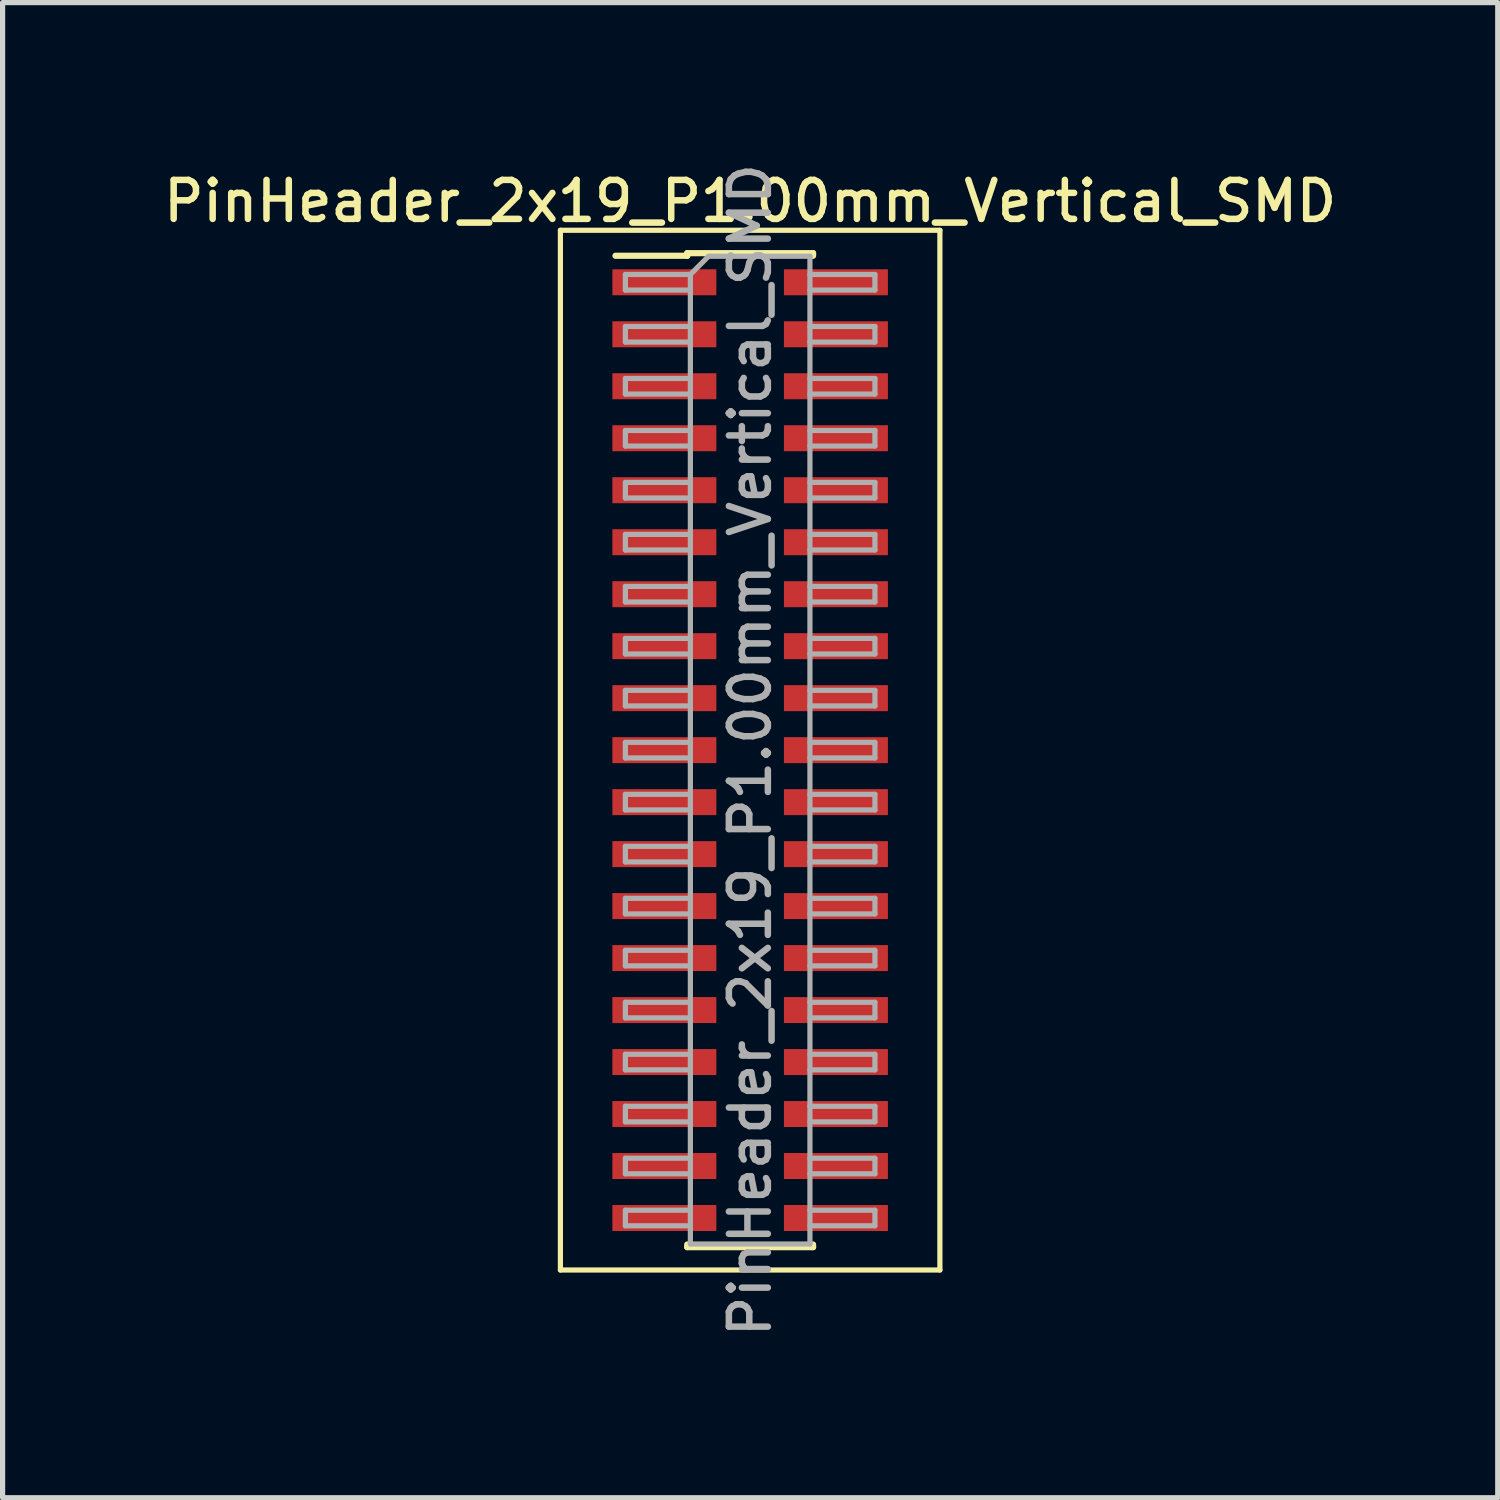
<source format=kicad_pcb>
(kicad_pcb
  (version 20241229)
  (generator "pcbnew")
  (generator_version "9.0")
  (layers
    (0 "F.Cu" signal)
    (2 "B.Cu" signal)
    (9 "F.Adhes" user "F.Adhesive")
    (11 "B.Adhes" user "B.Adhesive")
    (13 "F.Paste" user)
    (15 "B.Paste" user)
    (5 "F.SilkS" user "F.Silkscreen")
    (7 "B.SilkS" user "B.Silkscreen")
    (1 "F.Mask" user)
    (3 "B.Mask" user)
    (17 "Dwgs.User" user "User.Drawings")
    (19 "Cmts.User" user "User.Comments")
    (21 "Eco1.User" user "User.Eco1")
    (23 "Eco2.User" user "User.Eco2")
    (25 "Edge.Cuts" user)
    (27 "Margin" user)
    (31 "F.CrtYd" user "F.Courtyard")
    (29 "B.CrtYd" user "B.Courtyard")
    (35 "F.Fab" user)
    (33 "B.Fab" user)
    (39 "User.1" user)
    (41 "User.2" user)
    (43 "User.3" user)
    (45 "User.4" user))
  (footprint "PinHeader_2x19_P1.00mm_Vertical_SMD"
    (layer "F.Cu")
    (at 11.38 11.38)
    (property "Reference" "PinHeader_2x19_P1.00mm_Vertical_SMD" (at 0 -10.56 0) (layer "F.SilkS") (effects (font (size 0.75 0.75) (thickness 0.125))))
    (attr smd)
    (fp_line (start -3.65 -10) (end -3.65 10) (stroke (width 0.1) (type solid)) (layer "F.SilkS"))
    (fp_line (start -3.65 10) (end 3.65 10) (stroke (width 0.1) (type solid)) (layer "F.SilkS"))
    (fp_line (start -2.59 -9.51) (end -1.21 -9.51) (stroke (width 0.12) (type solid)) (layer "F.SilkS"))
    (fp_line (start -1.21 -9.56) (end -1.21 -9.51) (stroke (width 0.12) (type solid)) (layer "F.SilkS"))
    (fp_line (start -1.21 -9.56) (end 1.21 -9.56) (stroke (width 0.12) (type solid)) (layer "F.SilkS"))
    (fp_line (start -1.21 9.51) (end -1.21 9.56) (stroke (width 0.12) (type solid)) (layer "F.SilkS"))
    (fp_line (start -1.21 9.56) (end 1.21 9.56) (stroke (width 0.12) (type solid)) (layer "F.SilkS"))
    (fp_line (start 1.21 -9.56) (end 1.21 -9.51) (stroke (width 0.12) (type solid)) (layer "F.SilkS"))
    (fp_line (start 1.21 9.51) (end 1.21 9.56) (stroke (width 0.12) (type solid)) (layer "F.SilkS"))
    (fp_line (start 3.65 -10) (end -3.65 -10) (stroke (width 0.1) (type solid)) (layer "F.SilkS"))
    (fp_line (start 3.65 10) (end 3.65 -10) (stroke (width 0.1) (type solid)) (layer "F.SilkS"))
    (fp_line (start -2.4 -9.15) (end -2.4 -8.85) (stroke (width 0.1) (type solid)) (layer "F.Fab"))
    (fp_line (start -2.4 -8.85) (end -1.15 -8.85) (stroke (width 0.1) (type solid)) (layer "F.Fab"))
    (fp_line (start -2.4 -8.15) (end -2.4 -7.85) (stroke (width 0.1) (type solid)) (layer "F.Fab"))
    (fp_line (start -2.4 -7.85) (end -1.15 -7.85) (stroke (width 0.1) (type solid)) (layer "F.Fab"))
    (fp_line (start -2.4 -7.15) (end -2.4 -6.85) (stroke (width 0.1) (type solid)) (layer "F.Fab"))
    (fp_line (start -2.4 -6.85) (end -1.15 -6.85) (stroke (width 0.1) (type solid)) (layer "F.Fab"))
    (fp_line (start -2.4 -6.15) (end -2.4 -5.85) (stroke (width 0.1) (type solid)) (layer "F.Fab"))
    (fp_line (start -2.4 -5.85) (end -1.15 -5.85) (stroke (width 0.1) (type solid)) (layer "F.Fab"))
    (fp_line (start -2.4 -5.15) (end -2.4 -4.85) (stroke (width 0.1) (type solid)) (layer "F.Fab"))
    (fp_line (start -2.4 -4.85) (end -1.15 -4.85) (stroke (width 0.1) (type solid)) (layer "F.Fab"))
    (fp_line (start -2.4 -4.15) (end -2.4 -3.85) (stroke (width 0.1) (type solid)) (layer "F.Fab"))
    (fp_line (start -2.4 -3.85) (end -1.15 -3.85) (stroke (width 0.1) (type solid)) (layer "F.Fab"))
    (fp_line (start -2.4 -3.15) (end -2.4 -2.85) (stroke (width 0.1) (type solid)) (layer "F.Fab"))
    (fp_line (start -2.4 -2.85) (end -1.15 -2.85) (stroke (width 0.1) (type solid)) (layer "F.Fab"))
    (fp_line (start -2.4 -2.15) (end -2.4 -1.85) (stroke (width 0.1) (type solid)) (layer "F.Fab"))
    (fp_line (start -2.4 -1.85) (end -1.15 -1.85) (stroke (width 0.1) (type solid)) (layer "F.Fab"))
    (fp_line (start -2.4 -1.15) (end -2.4 -0.85) (stroke (width 0.1) (type solid)) (layer "F.Fab"))
    (fp_line (start -2.4 -0.85) (end -1.15 -0.85) (stroke (width 0.1) (type solid)) (layer "F.Fab"))
    (fp_line (start -2.4 -0.15) (end -2.4 0.15) (stroke (width 0.1) (type solid)) (layer "F.Fab"))
    (fp_line (start -2.4 0.15) (end -1.15 0.15) (stroke (width 0.1) (type solid)) (layer "F.Fab"))
    (fp_line (start -2.4 0.85) (end -2.4 1.15) (stroke (width 0.1) (type solid)) (layer "F.Fab"))
    (fp_line (start -2.4 1.15) (end -1.15 1.15) (stroke (width 0.1) (type solid)) (layer "F.Fab"))
    (fp_line (start -2.4 1.85) (end -2.4 2.15) (stroke (width 0.1) (type solid)) (layer "F.Fab"))
    (fp_line (start -2.4 2.15) (end -1.15 2.15) (stroke (width 0.1) (type solid)) (layer "F.Fab"))
    (fp_line (start -2.4 2.85) (end -2.4 3.15) (stroke (width 0.1) (type solid)) (layer "F.Fab"))
    (fp_line (start -2.4 3.15) (end -1.15 3.15) (stroke (width 0.1) (type solid)) (layer "F.Fab"))
    (fp_line (start -2.4 3.85) (end -2.4 4.15) (stroke (width 0.1) (type solid)) (layer "F.Fab"))
    (fp_line (start -2.4 4.15) (end -1.15 4.15) (stroke (width 0.1) (type solid)) (layer "F.Fab"))
    (fp_line (start -2.4 4.85) (end -2.4 5.15) (stroke (width 0.1) (type solid)) (layer "F.Fab"))
    (fp_line (start -2.4 5.15) (end -1.15 5.15) (stroke (width 0.1) (type solid)) (layer "F.Fab"))
    (fp_line (start -2.4 5.85) (end -2.4 6.15) (stroke (width 0.1) (type solid)) (layer "F.Fab"))
    (fp_line (start -2.4 6.15) (end -1.15 6.15) (stroke (width 0.1) (type solid)) (layer "F.Fab"))
    (fp_line (start -2.4 6.85) (end -2.4 7.15) (stroke (width 0.1) (type solid)) (layer "F.Fab"))
    (fp_line (start -2.4 7.15) (end -1.15 7.15) (stroke (width 0.1) (type solid)) (layer "F.Fab"))
    (fp_line (start -2.4 7.85) (end -2.4 8.15) (stroke (width 0.1) (type solid)) (layer "F.Fab"))
    (fp_line (start -2.4 8.15) (end -1.15 8.15) (stroke (width 0.1) (type solid)) (layer "F.Fab"))
    (fp_line (start -2.4 8.85) (end -2.4 9.15) (stroke (width 0.1) (type solid)) (layer "F.Fab"))
    (fp_line (start -2.4 9.15) (end -1.15 9.15) (stroke (width 0.1) (type solid)) (layer "F.Fab"))
    (fp_line (start -1.15 -9.15) (end -2.4 -9.15) (stroke (width 0.1) (type solid)) (layer "F.Fab"))
    (fp_line (start -1.15 -9.15) (end -0.8 -9.5) (stroke (width 0.1) (type solid)) (layer "F.Fab"))
    (fp_line (start -1.15 -8.15) (end -2.4 -8.15) (stroke (width 0.1) (type solid)) (layer "F.Fab"))
    (fp_line (start -1.15 -7.15) (end -2.4 -7.15) (stroke (width 0.1) (type solid)) (layer "F.Fab"))
    (fp_line (start -1.15 -6.15) (end -2.4 -6.15) (stroke (width 0.1) (type solid)) (layer "F.Fab"))
    (fp_line (start -1.15 -5.15) (end -2.4 -5.15) (stroke (width 0.1) (type solid)) (layer "F.Fab"))
    (fp_line (start -1.15 -4.15) (end -2.4 -4.15) (stroke (width 0.1) (type solid)) (layer "F.Fab"))
    (fp_line (start -1.15 -3.15) (end -2.4 -3.15) (stroke (width 0.1) (type solid)) (layer "F.Fab"))
    (fp_line (start -1.15 -2.15) (end -2.4 -2.15) (stroke (width 0.1) (type solid)) (layer "F.Fab"))
    (fp_line (start -1.15 -1.15) (end -2.4 -1.15) (stroke (width 0.1) (type solid)) (layer "F.Fab"))
    (fp_line (start -1.15 -0.15) (end -2.4 -0.15) (stroke (width 0.1) (type solid)) (layer "F.Fab"))
    (fp_line (start -1.15 0.85) (end -2.4 0.85) (stroke (width 0.1) (type solid)) (layer "F.Fab"))
    (fp_line (start -1.15 1.85) (end -2.4 1.85) (stroke (width 0.1) (type solid)) (layer "F.Fab"))
    (fp_line (start -1.15 2.85) (end -2.4 2.85) (stroke (width 0.1) (type solid)) (layer "F.Fab"))
    (fp_line (start -1.15 3.85) (end -2.4 3.85) (stroke (width 0.1) (type solid)) (layer "F.Fab"))
    (fp_line (start -1.15 4.85) (end -2.4 4.85) (stroke (width 0.1) (type solid)) (layer "F.Fab"))
    (fp_line (start -1.15 5.85) (end -2.4 5.85) (stroke (width 0.1) (type solid)) (layer "F.Fab"))
    (fp_line (start -1.15 6.85) (end -2.4 6.85) (stroke (width 0.1) (type solid)) (layer "F.Fab"))
    (fp_line (start -1.15 7.85) (end -2.4 7.85) (stroke (width 0.1) (type solid)) (layer "F.Fab"))
    (fp_line (start -1.15 8.85) (end -2.4 8.85) (stroke (width 0.1) (type solid)) (layer "F.Fab"))
    (fp_line (start -1.15 9.5) (end -1.15 -9.15) (stroke (width 0.1) (type solid)) (layer "F.Fab"))
    (fp_line (start -0.8 -9.5) (end 1.15 -9.5) (stroke (width 0.1) (type solid)) (layer "F.Fab"))
    (fp_line (start 1.15 -9.5) (end 1.15 9.5) (stroke (width 0.1) (type solid)) (layer "F.Fab"))
    (fp_line (start 1.15 -9.15) (end 2.4 -9.15) (stroke (width 0.1) (type solid)) (layer "F.Fab"))
    (fp_line (start 1.15 -8.15) (end 2.4 -8.15) (stroke (width 0.1) (type solid)) (layer "F.Fab"))
    (fp_line (start 1.15 -7.15) (end 2.4 -7.15) (stroke (width 0.1) (type solid)) (layer "F.Fab"))
    (fp_line (start 1.15 -6.15) (end 2.4 -6.15) (stroke (width 0.1) (type solid)) (layer "F.Fab"))
    (fp_line (start 1.15 -5.15) (end 2.4 -5.15) (stroke (width 0.1) (type solid)) (layer "F.Fab"))
    (fp_line (start 1.15 -4.15) (end 2.4 -4.15) (stroke (width 0.1) (type solid)) (layer "F.Fab"))
    (fp_line (start 1.15 -3.15) (end 2.4 -3.15) (stroke (width 0.1) (type solid)) (layer "F.Fab"))
    (fp_line (start 1.15 -2.15) (end 2.4 -2.15) (stroke (width 0.1) (type solid)) (layer "F.Fab"))
    (fp_line (start 1.15 -1.15) (end 2.4 -1.15) (stroke (width 0.1) (type solid)) (layer "F.Fab"))
    (fp_line (start 1.15 -0.15) (end 2.4 -0.15) (stroke (width 0.1) (type solid)) (layer "F.Fab"))
    (fp_line (start 1.15 0.85) (end 2.4 0.85) (stroke (width 0.1) (type solid)) (layer "F.Fab"))
    (fp_line (start 1.15 1.85) (end 2.4 1.85) (stroke (width 0.1) (type solid)) (layer "F.Fab"))
    (fp_line (start 1.15 2.85) (end 2.4 2.85) (stroke (width 0.1) (type solid)) (layer "F.Fab"))
    (fp_line (start 1.15 3.85) (end 2.4 3.85) (stroke (width 0.1) (type solid)) (layer "F.Fab"))
    (fp_line (start 1.15 4.85) (end 2.4 4.85) (stroke (width 0.1) (type solid)) (layer "F.Fab"))
    (fp_line (start 1.15 5.85) (end 2.4 5.85) (stroke (width 0.1) (type solid)) (layer "F.Fab"))
    (fp_line (start 1.15 6.85) (end 2.4 6.85) (stroke (width 0.1) (type solid)) (layer "F.Fab"))
    (fp_line (start 1.15 7.85) (end 2.4 7.85) (stroke (width 0.1) (type solid)) (layer "F.Fab"))
    (fp_line (start 1.15 8.85) (end 2.4 8.85) (stroke (width 0.1) (type solid)) (layer "F.Fab"))
    (fp_line (start 1.15 9.5) (end -1.15 9.5) (stroke (width 0.1) (type solid)) (layer "F.Fab"))
    (fp_line (start 2.4 -9.15) (end 2.4 -8.85) (stroke (width 0.1) (type solid)) (layer "F.Fab"))
    (fp_line (start 2.4 -8.85) (end 1.15 -8.85) (stroke (width 0.1) (type solid)) (layer "F.Fab"))
    (fp_line (start 2.4 -8.15) (end 2.4 -7.85) (stroke (width 0.1) (type solid)) (layer "F.Fab"))
    (fp_line (start 2.4 -7.85) (end 1.15 -7.85) (stroke (width 0.1) (type solid)) (layer "F.Fab"))
    (fp_line (start 2.4 -7.15) (end 2.4 -6.85) (stroke (width 0.1) (type solid)) (layer "F.Fab"))
    (fp_line (start 2.4 -6.85) (end 1.15 -6.85) (stroke (width 0.1) (type solid)) (layer "F.Fab"))
    (fp_line (start 2.4 -6.15) (end 2.4 -5.85) (stroke (width 0.1) (type solid)) (layer "F.Fab"))
    (fp_line (start 2.4 -5.85) (end 1.15 -5.85) (stroke (width 0.1) (type solid)) (layer "F.Fab"))
    (fp_line (start 2.4 -5.15) (end 2.4 -4.85) (stroke (width 0.1) (type solid)) (layer "F.Fab"))
    (fp_line (start 2.4 -4.85) (end 1.15 -4.85) (stroke (width 0.1) (type solid)) (layer "F.Fab"))
    (fp_line (start 2.4 -4.15) (end 2.4 -3.85) (stroke (width 0.1) (type solid)) (layer "F.Fab"))
    (fp_line (start 2.4 -3.85) (end 1.15 -3.85) (stroke (width 0.1) (type solid)) (layer "F.Fab"))
    (fp_line (start 2.4 -3.15) (end 2.4 -2.85) (stroke (width 0.1) (type solid)) (layer "F.Fab"))
    (fp_line (start 2.4 -2.85) (end 1.15 -2.85) (stroke (width 0.1) (type solid)) (layer "F.Fab"))
    (fp_line (start 2.4 -2.15) (end 2.4 -1.85) (stroke (width 0.1) (type solid)) (layer "F.Fab"))
    (fp_line (start 2.4 -1.85) (end 1.15 -1.85) (stroke (width 0.1) (type solid)) (layer "F.Fab"))
    (fp_line (start 2.4 -1.15) (end 2.4 -0.85) (stroke (width 0.1) (type solid)) (layer "F.Fab"))
    (fp_line (start 2.4 -0.85) (end 1.15 -0.85) (stroke (width 0.1) (type solid)) (layer "F.Fab"))
    (fp_line (start 2.4 -0.15) (end 2.4 0.15) (stroke (width 0.1) (type solid)) (layer "F.Fab"))
    (fp_line (start 2.4 0.15) (end 1.15 0.15) (stroke (width 0.1) (type solid)) (layer "F.Fab"))
    (fp_line (start 2.4 0.85) (end 2.4 1.15) (stroke (width 0.1) (type solid)) (layer "F.Fab"))
    (fp_line (start 2.4 1.15) (end 1.15 1.15) (stroke (width 0.1) (type solid)) (layer "F.Fab"))
    (fp_line (start 2.4 1.85) (end 2.4 2.15) (stroke (width 0.1) (type solid)) (layer "F.Fab"))
    (fp_line (start 2.4 2.15) (end 1.15 2.15) (stroke (width 0.1) (type solid)) (layer "F.Fab"))
    (fp_line (start 2.4 2.85) (end 2.4 3.15) (stroke (width 0.1) (type solid)) (layer "F.Fab"))
    (fp_line (start 2.4 3.15) (end 1.15 3.15) (stroke (width 0.1) (type solid)) (layer "F.Fab"))
    (fp_line (start 2.4 3.85) (end 2.4 4.15) (stroke (width 0.1) (type solid)) (layer "F.Fab"))
    (fp_line (start 2.4 4.15) (end 1.15 4.15) (stroke (width 0.1) (type solid)) (layer "F.Fab"))
    (fp_line (start 2.4 4.85) (end 2.4 5.15) (stroke (width 0.1) (type solid)) (layer "F.Fab"))
    (fp_line (start 2.4 5.15) (end 1.15 5.15) (stroke (width 0.1) (type solid)) (layer "F.Fab"))
    (fp_line (start 2.4 5.85) (end 2.4 6.15) (stroke (width 0.1) (type solid)) (layer "F.Fab"))
    (fp_line (start 2.4 6.15) (end 1.15 6.15) (stroke (width 0.1) (type solid)) (layer "F.Fab"))
    (fp_line (start 2.4 6.85) (end 2.4 7.15) (stroke (width 0.1) (type solid)) (layer "F.Fab"))
    (fp_line (start 2.4 7.15) (end 1.15 7.15) (stroke (width 0.1) (type solid)) (layer "F.Fab"))
    (fp_line (start 2.4 7.85) (end 2.4 8.15) (stroke (width 0.1) (type solid)) (layer "F.Fab"))
    (fp_line (start 2.4 8.15) (end 1.15 8.15) (stroke (width 0.1) (type solid)) (layer "F.Fab"))
    (fp_line (start 2.4 8.85) (end 2.4 9.15) (stroke (width 0.1) (type solid)) (layer "F.Fab"))
    (fp_line (start 2.4 9.15) (end 1.15 9.15) (stroke (width 0.1) (type solid)) (layer "F.Fab"))
    (fp_text user "${REFERENCE}" (at 0 0 90) (layer "F.Fab") (effects (font (size 0.75 0.75) (thickness 0.125))))
    (pad "1" smd rect (at -1.65 -9) (size 2 0.5) (layers "F.Cu" "F.Mask" "F.Paste"))
    (pad "2" smd rect (at 1.65 -9) (size 2 0.5) (layers "F.Cu" "F.Mask" "F.Paste"))
    (pad "3" smd rect (at -1.65 -8) (size 2 0.5) (layers "F.Cu" "F.Mask" "F.Paste"))
    (pad "4" smd rect (at 1.65 -8) (size 2 0.5) (layers "F.Cu" "F.Mask" "F.Paste"))
    (pad "5" smd rect (at -1.65 -7) (size 2 0.5) (layers "F.Cu" "F.Mask" "F.Paste"))
    (pad "6" smd rect (at 1.65 -7) (size 2 0.5) (layers "F.Cu" "F.Mask" "F.Paste"))
    (pad "7" smd rect (at -1.65 -6) (size 2 0.5) (layers "F.Cu" "F.Mask" "F.Paste"))
    (pad "8" smd rect (at 1.65 -6) (size 2 0.5) (layers "F.Cu" "F.Mask" "F.Paste"))
    (pad "9" smd rect (at -1.65 -5) (size 2 0.5) (layers "F.Cu" "F.Mask" "F.Paste"))
    (pad "10" smd rect (at 1.65 -5) (size 2 0.5) (layers "F.Cu" "F.Mask" "F.Paste"))
    (pad "11" smd rect (at -1.65 -4) (size 2 0.5) (layers "F.Cu" "F.Mask" "F.Paste"))
    (pad "12" smd rect (at 1.65 -4) (size 2 0.5) (layers "F.Cu" "F.Mask" "F.Paste"))
    (pad "13" smd rect (at -1.65 -3) (size 2 0.5) (layers "F.Cu" "F.Mask" "F.Paste"))
    (pad "14" smd rect (at 1.65 -3) (size 2 0.5) (layers "F.Cu" "F.Mask" "F.Paste"))
    (pad "15" smd rect (at -1.65 -2) (size 2 0.5) (layers "F.Cu" "F.Mask" "F.Paste"))
    (pad "16" smd rect (at 1.65 -2) (size 2 0.5) (layers "F.Cu" "F.Mask" "F.Paste"))
    (pad "17" smd rect (at -1.65 -1) (size 2 0.5) (layers "F.Cu" "F.Mask" "F.Paste"))
    (pad "18" smd rect (at 1.65 -1) (size 2 0.5) (layers "F.Cu" "F.Mask" "F.Paste"))
    (pad "19" smd rect (at -1.65 0) (size 2 0.5) (layers "F.Cu" "F.Mask" "F.Paste"))
    (pad "20" smd rect (at 1.65 0) (size 2 0.5) (layers "F.Cu" "F.Mask" "F.Paste"))
    (pad "21" smd rect (at -1.65 1) (size 2 0.5) (layers "F.Cu" "F.Mask" "F.Paste"))
    (pad "22" smd rect (at 1.65 1) (size 2 0.5) (layers "F.Cu" "F.Mask" "F.Paste"))
    (pad "23" smd rect (at -1.65 2) (size 2 0.5) (layers "F.Cu" "F.Mask" "F.Paste"))
    (pad "24" smd rect (at 1.65 2) (size 2 0.5) (layers "F.Cu" "F.Mask" "F.Paste"))
    (pad "25" smd rect (at -1.65 3) (size 2 0.5) (layers "F.Cu" "F.Mask" "F.Paste"))
    (pad "26" smd rect (at 1.65 3) (size 2 0.5) (layers "F.Cu" "F.Mask" "F.Paste"))
    (pad "27" smd rect (at -1.65 4) (size 2 0.5) (layers "F.Cu" "F.Mask" "F.Paste"))
    (pad "28" smd rect (at 1.65 4) (size 2 0.5) (layers "F.Cu" "F.Mask" "F.Paste"))
    (pad "29" smd rect (at -1.65 5) (size 2 0.5) (layers "F.Cu" "F.Mask" "F.Paste"))
    (pad "30" smd rect (at 1.65 5) (size 2 0.5) (layers "F.Cu" "F.Mask" "F.Paste"))
    (pad "31" smd rect (at -1.65 6) (size 2 0.5) (layers "F.Cu" "F.Mask" "F.Paste"))
    (pad "32" smd rect (at 1.65 6) (size 2 0.5) (layers "F.Cu" "F.Mask" "F.Paste"))
    (pad "33" smd rect (at -1.65 7) (size 2 0.5) (layers "F.Cu" "F.Mask" "F.Paste"))
    (pad "34" smd rect (at 1.65 7) (size 2 0.5) (layers "F.Cu" "F.Mask" "F.Paste"))
    (pad "35" smd rect (at -1.65 8) (size 2 0.5) (layers "F.Cu" "F.Mask" "F.Paste"))
    (pad "36" smd rect (at 1.65 8) (size 2 0.5) (layers "F.Cu" "F.Mask" "F.Paste"))
    (pad "37" smd rect (at -1.65 9) (size 2 0.5) (layers "F.Cu" "F.Mask" "F.Paste"))
    (pad "38" smd rect (at 1.65 9) (size 2 0.5) (layers "F.Cu" "F.Mask" "F.Paste")))
  (gr_rect
    (start -3 -3)
    (end 25.761 25.761)
    (stroke (width 0.1) (type default))
    (fill no)
    (layer "Edge.Cuts")))
</source>
